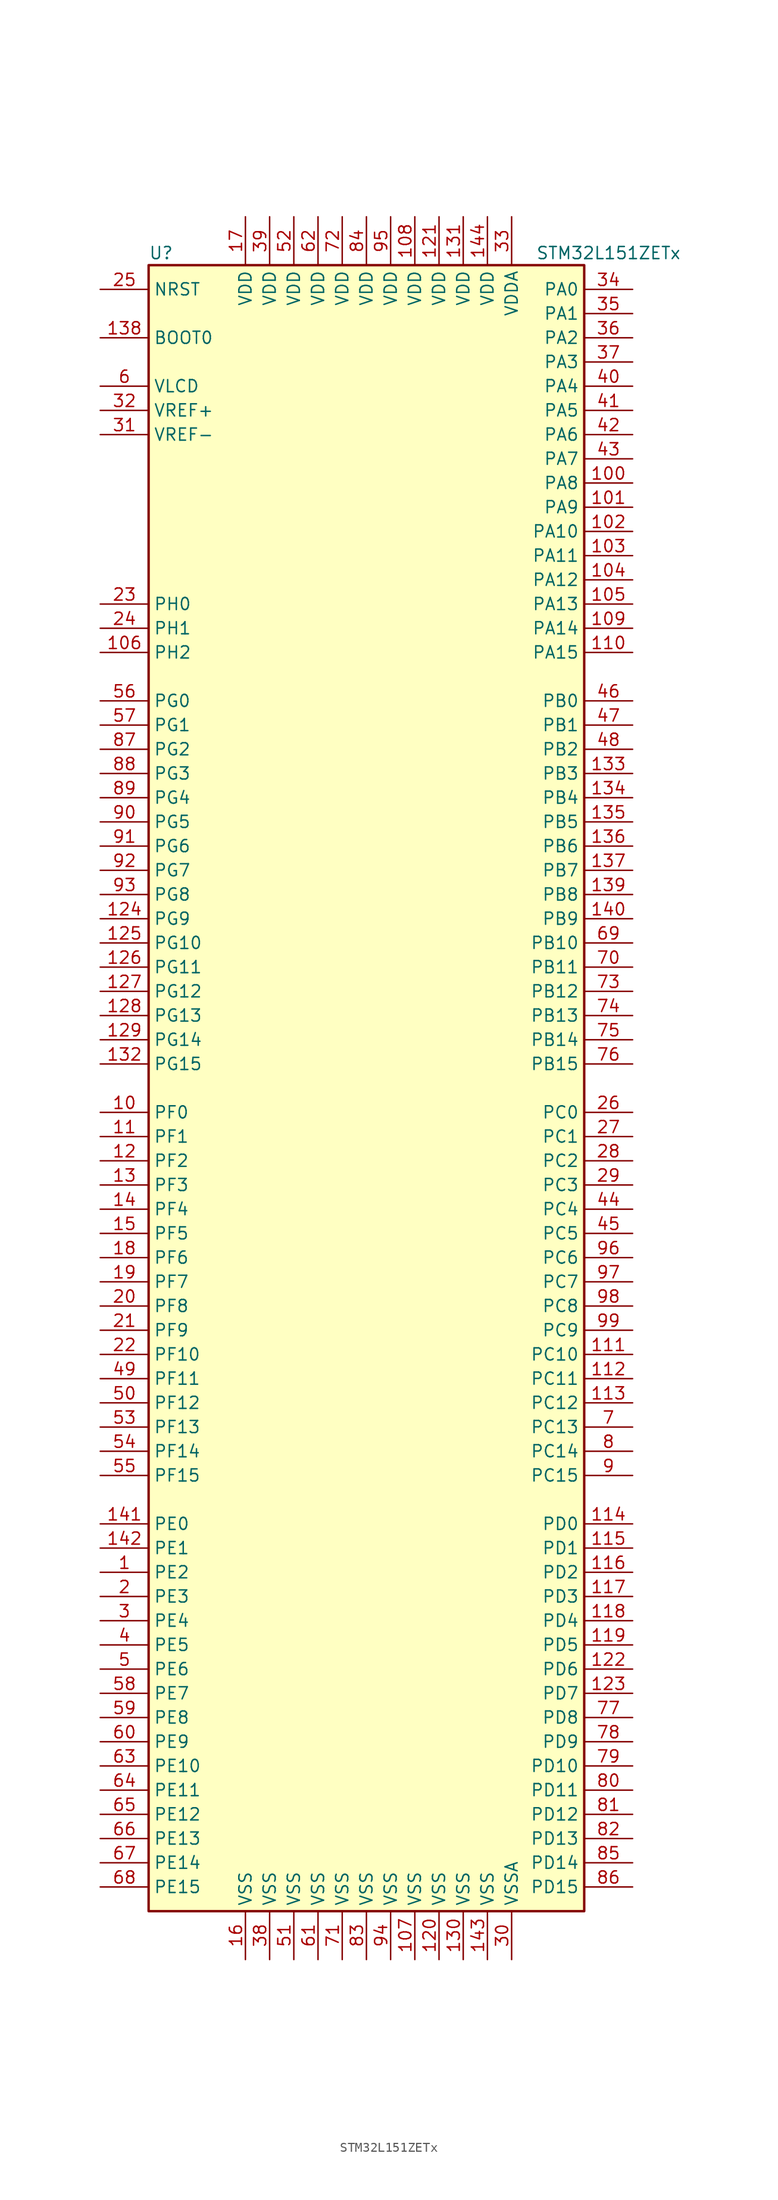
<source format=kicad_sym>
(kicad_symbol_lib
  (version 20201005)
  (generator kicad_symbol_editor)
  (symbol "MCU_ST_STM32L1:STM32L151ZETx"
    (property "Reference" "U"
      (at -22.86 87.63 0)
      (effects (font (size 1.27 1.27)) (justify left)))
    (property "Value" "STM32L151ZETx"
      (at 17.78 87.63 0)
      (effects (font (size 1.27 1.27)) (justify left)))
    (symbol "STM32L151ZETx_0_1"
      (rectangle (start -22.86 -86.36) (end 22.86 86.36) (stroke (width 0.254)) (fill (type background))))
    (symbol "STM32L151ZETx_1_1"
      (pin input line (at -27.94 78.74 0) (length 5.08) (name "BOOT0" (effects (font (size 1.27 1.27)))) (number "138" (effects (font (size 1.27 1.27)))))
      (pin input line (at -27.94 83.82 0) (length 5.08) (name "NRST" (effects (font (size 1.27 1.27)))) (number "25" (effects (font (size 1.27 1.27)))))
      (pin bidirectional line (at 27.94 83.82 180) (length 5.08) (name "PA0" (effects (font (size 1.27 1.27)))) (number "34" (effects (font (size 1.27 1.27)))))
      (pin bidirectional line (at 27.94 81.28 180) (length 5.08) (name "PA1" (effects (font (size 1.27 1.27)))) (number "35" (effects (font (size 1.27 1.27)))))
      (pin bidirectional line (at 27.94 58.42 180) (length 5.08) (name "PA10" (effects (font (size 1.27 1.27)))) (number "102" (effects (font (size 1.27 1.27)))))
      (pin bidirectional line (at 27.94 55.88 180) (length 5.08) (name "PA11" (effects (font (size 1.27 1.27)))) (number "103" (effects (font (size 1.27 1.27)))))
      (pin bidirectional line (at 27.94 53.34 180) (length 5.08) (name "PA12" (effects (font (size 1.27 1.27)))) (number "104" (effects (font (size 1.27 1.27)))))
      (pin bidirectional line (at 27.94 50.8 180) (length 5.08) (name "PA13" (effects (font (size 1.27 1.27)))) (number "105" (effects (font (size 1.27 1.27)))))
      (pin bidirectional line (at 27.94 48.26 180) (length 5.08) (name "PA14" (effects (font (size 1.27 1.27)))) (number "109" (effects (font (size 1.27 1.27)))))
      (pin bidirectional line (at 27.94 45.72 180) (length 5.08) (name "PA15" (effects (font (size 1.27 1.27)))) (number "110" (effects (font (size 1.27 1.27)))))
      (pin bidirectional line (at 27.94 78.74 180) (length 5.08) (name "PA2" (effects (font (size 1.27 1.27)))) (number "36" (effects (font (size 1.27 1.27)))))
      (pin bidirectional line (at 27.94 76.2 180) (length 5.08) (name "PA3" (effects (font (size 1.27 1.27)))) (number "37" (effects (font (size 1.27 1.27)))))
      (pin bidirectional line (at 27.94 73.66 180) (length 5.08) (name "PA4" (effects (font (size 1.27 1.27)))) (number "40" (effects (font (size 1.27 1.27)))))
      (pin bidirectional line (at 27.94 71.12 180) (length 5.08) (name "PA5" (effects (font (size 1.27 1.27)))) (number "41" (effects (font (size 1.27 1.27)))))
      (pin bidirectional line (at 27.94 68.58 180) (length 5.08) (name "PA6" (effects (font (size 1.27 1.27)))) (number "42" (effects (font (size 1.27 1.27)))))
      (pin bidirectional line (at 27.94 66.04 180) (length 5.08) (name "PA7" (effects (font (size 1.27 1.27)))) (number "43" (effects (font (size 1.27 1.27)))))
      (pin bidirectional line (at 27.94 63.5 180) (length 5.08) (name "PA8" (effects (font (size 1.27 1.27)))) (number "100" (effects (font (size 1.27 1.27)))))
      (pin bidirectional line (at 27.94 60.96 180) (length 5.08) (name "PA9" (effects (font (size 1.27 1.27)))) (number "101" (effects (font (size 1.27 1.27)))))
      (pin bidirectional line (at 27.94 40.64 180) (length 5.08) (name "PB0" (effects (font (size 1.27 1.27)))) (number "46" (effects (font (size 1.27 1.27)))))
      (pin bidirectional line (at 27.94 38.1 180) (length 5.08) (name "PB1" (effects (font (size 1.27 1.27)))) (number "47" (effects (font (size 1.27 1.27)))))
      (pin bidirectional line (at 27.94 15.24 180) (length 5.08) (name "PB10" (effects (font (size 1.27 1.27)))) (number "69" (effects (font (size 1.27 1.27)))))
      (pin bidirectional line (at 27.94 12.7 180) (length 5.08) (name "PB11" (effects (font (size 1.27 1.27)))) (number "70" (effects (font (size 1.27 1.27)))))
      (pin bidirectional line (at 27.94 10.16 180) (length 5.08) (name "PB12" (effects (font (size 1.27 1.27)))) (number "73" (effects (font (size 1.27 1.27)))))
      (pin bidirectional line (at 27.94 7.62 180) (length 5.08) (name "PB13" (effects (font (size 1.27 1.27)))) (number "74" (effects (font (size 1.27 1.27)))))
      (pin bidirectional line (at 27.94 5.08 180) (length 5.08) (name "PB14" (effects (font (size 1.27 1.27)))) (number "75" (effects (font (size 1.27 1.27)))))
      (pin bidirectional line (at 27.94 2.54 180) (length 5.08) (name "PB15" (effects (font (size 1.27 1.27)))) (number "76" (effects (font (size 1.27 1.27)))))
      (pin bidirectional line (at 27.94 35.56 180) (length 5.08) (name "PB2" (effects (font (size 1.27 1.27)))) (number "48" (effects (font (size 1.27 1.27)))))
      (pin bidirectional line (at 27.94 33.02 180) (length 5.08) (name "PB3" (effects (font (size 1.27 1.27)))) (number "133" (effects (font (size 1.27 1.27)))))
      (pin bidirectional line (at 27.94 30.48 180) (length 5.08) (name "PB4" (effects (font (size 1.27 1.27)))) (number "134" (effects (font (size 1.27 1.27)))))
      (pin bidirectional line (at 27.94 27.94 180) (length 5.08) (name "PB5" (effects (font (size 1.27 1.27)))) (number "135" (effects (font (size 1.27 1.27)))))
      (pin bidirectional line (at 27.94 25.4 180) (length 5.08) (name "PB6" (effects (font (size 1.27 1.27)))) (number "136" (effects (font (size 1.27 1.27)))))
      (pin bidirectional line (at 27.94 22.86 180) (length 5.08) (name "PB7" (effects (font (size 1.27 1.27)))) (number "137" (effects (font (size 1.27 1.27)))))
      (pin bidirectional line (at 27.94 20.32 180) (length 5.08) (name "PB8" (effects (font (size 1.27 1.27)))) (number "139" (effects (font (size 1.27 1.27)))))
      (pin bidirectional line (at 27.94 17.78 180) (length 5.08) (name "PB9" (effects (font (size 1.27 1.27)))) (number "140" (effects (font (size 1.27 1.27)))))
      (pin bidirectional line (at 27.94 -2.54 180) (length 5.08) (name "PC0" (effects (font (size 1.27 1.27)))) (number "26" (effects (font (size 1.27 1.27)))))
      (pin bidirectional line (at 27.94 -5.08 180) (length 5.08) (name "PC1" (effects (font (size 1.27 1.27)))) (number "27" (effects (font (size 1.27 1.27)))))
      (pin bidirectional line (at 27.94 -27.94 180) (length 5.08) (name "PC10" (effects (font (size 1.27 1.27)))) (number "111" (effects (font (size 1.27 1.27)))))
      (pin bidirectional line (at 27.94 -30.48 180) (length 5.08) (name "PC11" (effects (font (size 1.27 1.27)))) (number "112" (effects (font (size 1.27 1.27)))))
      (pin bidirectional line (at 27.94 -33.02 180) (length 5.08) (name "PC12" (effects (font (size 1.27 1.27)))) (number "113" (effects (font (size 1.27 1.27)))))
      (pin bidirectional line (at 27.94 -35.56 180) (length 5.08) (name "PC13" (effects (font (size 1.27 1.27)))) (number "7" (effects (font (size 1.27 1.27)))))
      (pin bidirectional line (at 27.94 -38.1 180) (length 5.08) (name "PC14" (effects (font (size 1.27 1.27)))) (number "8" (effects (font (size 1.27 1.27)))))
      (pin bidirectional line (at 27.94 -40.64 180) (length 5.08) (name "PC15" (effects (font (size 1.27 1.27)))) (number "9" (effects (font (size 1.27 1.27)))))
      (pin bidirectional line (at 27.94 -7.62 180) (length 5.08) (name "PC2" (effects (font (size 1.27 1.27)))) (number "28" (effects (font (size 1.27 1.27)))))
      (pin bidirectional line (at 27.94 -10.16 180) (length 5.08) (name "PC3" (effects (font (size 1.27 1.27)))) (number "29" (effects (font (size 1.27 1.27)))))
      (pin bidirectional line (at 27.94 -12.7 180) (length 5.08) (name "PC4" (effects (font (size 1.27 1.27)))) (number "44" (effects (font (size 1.27 1.27)))))
      (pin bidirectional line (at 27.94 -15.24 180) (length 5.08) (name "PC5" (effects (font (size 1.27 1.27)))) (number "45" (effects (font (size 1.27 1.27)))))
      (pin bidirectional line (at 27.94 -17.78 180) (length 5.08) (name "PC6" (effects (font (size 1.27 1.27)))) (number "96" (effects (font (size 1.27 1.27)))))
      (pin bidirectional line (at 27.94 -20.32 180) (length 5.08) (name "PC7" (effects (font (size 1.27 1.27)))) (number "97" (effects (font (size 1.27 1.27)))))
      (pin bidirectional line (at 27.94 -22.86 180) (length 5.08) (name "PC8" (effects (font (size 1.27 1.27)))) (number "98" (effects (font (size 1.27 1.27)))))
      (pin bidirectional line (at 27.94 -25.4 180) (length 5.08) (name "PC9" (effects (font (size 1.27 1.27)))) (number "99" (effects (font (size 1.27 1.27)))))
      (pin bidirectional line (at 27.94 -45.72 180) (length 5.08) (name "PD0" (effects (font (size 1.27 1.27)))) (number "114" (effects (font (size 1.27 1.27)))))
      (pin bidirectional line (at 27.94 -48.26 180) (length 5.08) (name "PD1" (effects (font (size 1.27 1.27)))) (number "115" (effects (font (size 1.27 1.27)))))
      (pin bidirectional line (at 27.94 -71.12 180) (length 5.08) (name "PD10" (effects (font (size 1.27 1.27)))) (number "79" (effects (font (size 1.27 1.27)))))
      (pin bidirectional line (at 27.94 -73.66 180) (length 5.08) (name "PD11" (effects (font (size 1.27 1.27)))) (number "80" (effects (font (size 1.27 1.27)))))
      (pin bidirectional line (at 27.94 -76.2 180) (length 5.08) (name "PD12" (effects (font (size 1.27 1.27)))) (number "81" (effects (font (size 1.27 1.27)))))
      (pin bidirectional line (at 27.94 -78.74 180) (length 5.08) (name "PD13" (effects (font (size 1.27 1.27)))) (number "82" (effects (font (size 1.27 1.27)))))
      (pin bidirectional line (at 27.94 -81.28 180) (length 5.08) (name "PD14" (effects (font (size 1.27 1.27)))) (number "85" (effects (font (size 1.27 1.27)))))
      (pin bidirectional line (at 27.94 -83.82 180) (length 5.08) (name "PD15" (effects (font (size 1.27 1.27)))) (number "86" (effects (font (size 1.27 1.27)))))
      (pin bidirectional line (at 27.94 -50.8 180) (length 5.08) (name "PD2" (effects (font (size 1.27 1.27)))) (number "116" (effects (font (size 1.27 1.27)))))
      (pin bidirectional line (at 27.94 -53.34 180) (length 5.08) (name "PD3" (effects (font (size 1.27 1.27)))) (number "117" (effects (font (size 1.27 1.27)))))
      (pin bidirectional line (at 27.94 -55.88 180) (length 5.08) (name "PD4" (effects (font (size 1.27 1.27)))) (number "118" (effects (font (size 1.27 1.27)))))
      (pin bidirectional line (at 27.94 -58.42 180) (length 5.08) (name "PD5" (effects (font (size 1.27 1.27)))) (number "119" (effects (font (size 1.27 1.27)))))
      (pin bidirectional line (at 27.94 -60.96 180) (length 5.08) (name "PD6" (effects (font (size 1.27 1.27)))) (number "122" (effects (font (size 1.27 1.27)))))
      (pin bidirectional line (at 27.94 -63.5 180) (length 5.08) (name "PD7" (effects (font (size 1.27 1.27)))) (number "123" (effects (font (size 1.27 1.27)))))
      (pin bidirectional line (at 27.94 -66.04 180) (length 5.08) (name "PD8" (effects (font (size 1.27 1.27)))) (number "77" (effects (font (size 1.27 1.27)))))
      (pin bidirectional line (at 27.94 -68.58 180) (length 5.08) (name "PD9" (effects (font (size 1.27 1.27)))) (number "78" (effects (font (size 1.27 1.27)))))
      (pin bidirectional line (at -27.94 -45.72 0) (length 5.08) (name "PE0" (effects (font (size 1.27 1.27)))) (number "141" (effects (font (size 1.27 1.27)))))
      (pin bidirectional line (at -27.94 -48.26 0) (length 5.08) (name "PE1" (effects (font (size 1.27 1.27)))) (number "142" (effects (font (size 1.27 1.27)))))
      (pin bidirectional line (at -27.94 -71.12 0) (length 5.08) (name "PE10" (effects (font (size 1.27 1.27)))) (number "63" (effects (font (size 1.27 1.27)))))
      (pin bidirectional line (at -27.94 -73.66 0) (length 5.08) (name "PE11" (effects (font (size 1.27 1.27)))) (number "64" (effects (font (size 1.27 1.27)))))
      (pin bidirectional line (at -27.94 -76.2 0) (length 5.08) (name "PE12" (effects (font (size 1.27 1.27)))) (number "65" (effects (font (size 1.27 1.27)))))
      (pin bidirectional line (at -27.94 -78.74 0) (length 5.08) (name "PE13" (effects (font (size 1.27 1.27)))) (number "66" (effects (font (size 1.27 1.27)))))
      (pin bidirectional line (at -27.94 -81.28 0) (length 5.08) (name "PE14" (effects (font (size 1.27 1.27)))) (number "67" (effects (font (size 1.27 1.27)))))
      (pin bidirectional line (at -27.94 -83.82 0) (length 5.08) (name "PE15" (effects (font (size 1.27 1.27)))) (number "68" (effects (font (size 1.27 1.27)))))
      (pin bidirectional line (at -27.94 -50.8 0) (length 5.08) (name "PE2" (effects (font (size 1.27 1.27)))) (number "1" (effects (font (size 1.27 1.27)))))
      (pin bidirectional line (at -27.94 -53.34 0) (length 5.08) (name "PE3" (effects (font (size 1.27 1.27)))) (number "2" (effects (font (size 1.27 1.27)))))
      (pin bidirectional line (at -27.94 -55.88 0) (length 5.08) (name "PE4" (effects (font (size 1.27 1.27)))) (number "3" (effects (font (size 1.27 1.27)))))
      (pin bidirectional line (at -27.94 -58.42 0) (length 5.08) (name "PE5" (effects (font (size 1.27 1.27)))) (number "4" (effects (font (size 1.27 1.27)))))
      (pin bidirectional line (at -27.94 -60.96 0) (length 5.08) (name "PE6" (effects (font (size 1.27 1.27)))) (number "5" (effects (font (size 1.27 1.27)))))
      (pin bidirectional line (at -27.94 -63.5 0) (length 5.08) (name "PE7" (effects (font (size 1.27 1.27)))) (number "58" (effects (font (size 1.27 1.27)))))
      (pin bidirectional line (at -27.94 -66.04 0) (length 5.08) (name "PE8" (effects (font (size 1.27 1.27)))) (number "59" (effects (font (size 1.27 1.27)))))
      (pin bidirectional line (at -27.94 -68.58 0) (length 5.08) (name "PE9" (effects (font (size 1.27 1.27)))) (number "60" (effects (font (size 1.27 1.27)))))
      (pin bidirectional line (at -27.94 -2.54 0) (length 5.08) (name "PF0" (effects (font (size 1.27 1.27)))) (number "10" (effects (font (size 1.27 1.27)))))
      (pin bidirectional line (at -27.94 -5.08 0) (length 5.08) (name "PF1" (effects (font (size 1.27 1.27)))) (number "11" (effects (font (size 1.27 1.27)))))
      (pin bidirectional line (at -27.94 -27.94 0) (length 5.08) (name "PF10" (effects (font (size 1.27 1.27)))) (number "22" (effects (font (size 1.27 1.27)))))
      (pin bidirectional line (at -27.94 -30.48 0) (length 5.08) (name "PF11" (effects (font (size 1.27 1.27)))) (number "49" (effects (font (size 1.27 1.27)))))
      (pin bidirectional line (at -27.94 -33.02 0) (length 5.08) (name "PF12" (effects (font (size 1.27 1.27)))) (number "50" (effects (font (size 1.27 1.27)))))
      (pin bidirectional line (at -27.94 -35.56 0) (length 5.08) (name "PF13" (effects (font (size 1.27 1.27)))) (number "53" (effects (font (size 1.27 1.27)))))
      (pin bidirectional line (at -27.94 -38.1 0) (length 5.08) (name "PF14" (effects (font (size 1.27 1.27)))) (number "54" (effects (font (size 1.27 1.27)))))
      (pin bidirectional line (at -27.94 -40.64 0) (length 5.08) (name "PF15" (effects (font (size 1.27 1.27)))) (number "55" (effects (font (size 1.27 1.27)))))
      (pin bidirectional line (at -27.94 -7.62 0) (length 5.08) (name "PF2" (effects (font (size 1.27 1.27)))) (number "12" (effects (font (size 1.27 1.27)))))
      (pin bidirectional line (at -27.94 -10.16 0) (length 5.08) (name "PF3" (effects (font (size 1.27 1.27)))) (number "13" (effects (font (size 1.27 1.27)))))
      (pin bidirectional line (at -27.94 -12.7 0) (length 5.08) (name "PF4" (effects (font (size 1.27 1.27)))) (number "14" (effects (font (size 1.27 1.27)))))
      (pin bidirectional line (at -27.94 -15.24 0) (length 5.08) (name "PF5" (effects (font (size 1.27 1.27)))) (number "15" (effects (font (size 1.27 1.27)))))
      (pin bidirectional line (at -27.94 -17.78 0) (length 5.08) (name "PF6" (effects (font (size 1.27 1.27)))) (number "18" (effects (font (size 1.27 1.27)))))
      (pin bidirectional line (at -27.94 -20.32 0) (length 5.08) (name "PF7" (effects (font (size 1.27 1.27)))) (number "19" (effects (font (size 1.27 1.27)))))
      (pin bidirectional line (at -27.94 -22.86 0) (length 5.08) (name "PF8" (effects (font (size 1.27 1.27)))) (number "20" (effects (font (size 1.27 1.27)))))
      (pin bidirectional line (at -27.94 -25.4 0) (length 5.08) (name "PF9" (effects (font (size 1.27 1.27)))) (number "21" (effects (font (size 1.27 1.27)))))
      (pin bidirectional line (at -27.94 40.64 0) (length 5.08) (name "PG0" (effects (font (size 1.27 1.27)))) (number "56" (effects (font (size 1.27 1.27)))))
      (pin bidirectional line (at -27.94 38.1 0) (length 5.08) (name "PG1" (effects (font (size 1.27 1.27)))) (number "57" (effects (font (size 1.27 1.27)))))
      (pin bidirectional line (at -27.94 15.24 0) (length 5.08) (name "PG10" (effects (font (size 1.27 1.27)))) (number "125" (effects (font (size 1.27 1.27)))))
      (pin bidirectional line (at -27.94 12.7 0) (length 5.08) (name "PG11" (effects (font (size 1.27 1.27)))) (number "126" (effects (font (size 1.27 1.27)))))
      (pin bidirectional line (at -27.94 10.16 0) (length 5.08) (name "PG12" (effects (font (size 1.27 1.27)))) (number "127" (effects (font (size 1.27 1.27)))))
      (pin bidirectional line (at -27.94 7.62 0) (length 5.08) (name "PG13" (effects (font (size 1.27 1.27)))) (number "128" (effects (font (size 1.27 1.27)))))
      (pin bidirectional line (at -27.94 5.08 0) (length 5.08) (name "PG14" (effects (font (size 1.27 1.27)))) (number "129" (effects (font (size 1.27 1.27)))))
      (pin bidirectional line (at -27.94 2.54 0) (length 5.08) (name "PG15" (effects (font (size 1.27 1.27)))) (number "132" (effects (font (size 1.27 1.27)))))
      (pin bidirectional line (at -27.94 35.56 0) (length 5.08) (name "PG2" (effects (font (size 1.27 1.27)))) (number "87" (effects (font (size 1.27 1.27)))))
      (pin bidirectional line (at -27.94 33.02 0) (length 5.08) (name "PG3" (effects (font (size 1.27 1.27)))) (number "88" (effects (font (size 1.27 1.27)))))
      (pin bidirectional line (at -27.94 30.48 0) (length 5.08) (name "PG4" (effects (font (size 1.27 1.27)))) (number "89" (effects (font (size 1.27 1.27)))))
      (pin bidirectional line (at -27.94 27.94 0) (length 5.08) (name "PG5" (effects (font (size 1.27 1.27)))) (number "90" (effects (font (size 1.27 1.27)))))
      (pin bidirectional line (at -27.94 25.4 0) (length 5.08) (name "PG6" (effects (font (size 1.27 1.27)))) (number "91" (effects (font (size 1.27 1.27)))))
      (pin bidirectional line (at -27.94 22.86 0) (length 5.08) (name "PG7" (effects (font (size 1.27 1.27)))) (number "92" (effects (font (size 1.27 1.27)))))
      (pin bidirectional line (at -27.94 20.32 0) (length 5.08) (name "PG8" (effects (font (size 1.27 1.27)))) (number "93" (effects (font (size 1.27 1.27)))))
      (pin bidirectional line (at -27.94 17.78 0) (length 5.08) (name "PG9" (effects (font (size 1.27 1.27)))) (number "124" (effects (font (size 1.27 1.27)))))
      (pin input line (at -27.94 50.8 0) (length 5.08) (name "PH0" (effects (font (size 1.27 1.27)))) (number "23" (effects (font (size 1.27 1.27)))))
      (pin input line (at -27.94 48.26 0) (length 5.08) (name "PH1" (effects (font (size 1.27 1.27)))) (number "24" (effects (font (size 1.27 1.27)))))
      (pin bidirectional line (at -27.94 45.72 0) (length 5.08) (name "PH2" (effects (font (size 1.27 1.27)))) (number "106" (effects (font (size 1.27 1.27)))))
      (pin power_in line (at 5.08 91.44 270) (length 5.08) (name "VDD" (effects (font (size 1.27 1.27)))) (number "108" (effects (font (size 1.27 1.27)))))
      (pin power_in line (at 7.62 91.44 270) (length 5.08) (name "VDD" (effects (font (size 1.27 1.27)))) (number "121" (effects (font (size 1.27 1.27)))))
      (pin power_in line (at 10.16 91.44 270) (length 5.08) (name "VDD" (effects (font (size 1.27 1.27)))) (number "131" (effects (font (size 1.27 1.27)))))
      (pin power_in line (at 12.7 91.44 270) (length 5.08) (name "VDD" (effects (font (size 1.27 1.27)))) (number "144" (effects (font (size 1.27 1.27)))))
      (pin power_in line (at -12.7 91.44 270) (length 5.08) (name "VDD" (effects (font (size 1.27 1.27)))) (number "17" (effects (font (size 1.27 1.27)))))
      (pin power_in line (at -10.16 91.44 270) (length 5.08) (name "VDD" (effects (font (size 1.27 1.27)))) (number "39" (effects (font (size 1.27 1.27)))))
      (pin power_in line (at -7.62 91.44 270) (length 5.08) (name "VDD" (effects (font (size 1.27 1.27)))) (number "52" (effects (font (size 1.27 1.27)))))
      (pin power_in line (at -5.08 91.44 270) (length 5.08) (name "VDD" (effects (font (size 1.27 1.27)))) (number "62" (effects (font (size 1.27 1.27)))))
      (pin power_in line (at -2.54 91.44 270) (length 5.08) (name "VDD" (effects (font (size 1.27 1.27)))) (number "72" (effects (font (size 1.27 1.27)))))
      (pin power_in line (at 0 91.44 270) (length 5.08) (name "VDD" (effects (font (size 1.27 1.27)))) (number "84" (effects (font (size 1.27 1.27)))))
      (pin power_in line (at 2.54 91.44 270) (length 5.08) (name "VDD" (effects (font (size 1.27 1.27)))) (number "95" (effects (font (size 1.27 1.27)))))
      (pin power_in line (at 15.24 91.44 270) (length 5.08) (name "VDDA" (effects (font (size 1.27 1.27)))) (number "33" (effects (font (size 1.27 1.27)))))
      (pin power_in line (at -27.94 73.66 0) (length 5.08) (name "VLCD" (effects (font (size 1.27 1.27)))) (number "6" (effects (font (size 1.27 1.27)))))
      (pin power_in line (at -27.94 71.12 0) (length 5.08) (name "VREF+" (effects (font (size 1.27 1.27)))) (number "32" (effects (font (size 1.27 1.27)))))
      (pin power_in line (at -27.94 68.58 0) (length 5.08) (name "VREF-" (effects (font (size 1.27 1.27)))) (number "31" (effects (font (size 1.27 1.27)))))
      (pin power_in line (at 5.08 -91.44 90) (length 5.08) (name "VSS" (effects (font (size 1.27 1.27)))) (number "107" (effects (font (size 1.27 1.27)))))
      (pin power_in line (at 7.62 -91.44 90) (length 5.08) (name "VSS" (effects (font (size 1.27 1.27)))) (number "120" (effects (font (size 1.27 1.27)))))
      (pin power_in line (at 10.16 -91.44 90) (length 5.08) (name "VSS" (effects (font (size 1.27 1.27)))) (number "130" (effects (font (size 1.27 1.27)))))
      (pin power_in line (at 12.7 -91.44 90) (length 5.08) (name "VSS" (effects (font (size 1.27 1.27)))) (number "143" (effects (font (size 1.27 1.27)))))
      (pin power_in line (at -12.7 -91.44 90) (length 5.08) (name "VSS" (effects (font (size 1.27 1.27)))) (number "16" (effects (font (size 1.27 1.27)))))
      (pin power_in line (at -10.16 -91.44 90) (length 5.08) (name "VSS" (effects (font (size 1.27 1.27)))) (number "38" (effects (font (size 1.27 1.27)))))
      (pin power_in line (at -7.62 -91.44 90) (length 5.08) (name "VSS" (effects (font (size 1.27 1.27)))) (number "51" (effects (font (size 1.27 1.27)))))
      (pin power_in line (at -5.08 -91.44 90) (length 5.08) (name "VSS" (effects (font (size 1.27 1.27)))) (number "61" (effects (font (size 1.27 1.27)))))
      (pin power_in line (at -2.54 -91.44 90) (length 5.08) (name "VSS" (effects (font (size 1.27 1.27)))) (number "71" (effects (font (size 1.27 1.27)))))
      (pin power_in line (at 0 -91.44 90) (length 5.08) (name "VSS" (effects (font (size 1.27 1.27)))) (number "83" (effects (font (size 1.27 1.27)))))
      (pin power_in line (at 2.54 -91.44 90) (length 5.08) (name "VSS" (effects (font (size 1.27 1.27)))) (number "94" (effects (font (size 1.27 1.27)))))
      (pin power_in line (at 15.24 -91.44 90) (length 5.08) (name "VSSA" (effects (font (size 1.27 1.27)))) (number "30" (effects (font (size 1.27 1.27))))))))
</source>
